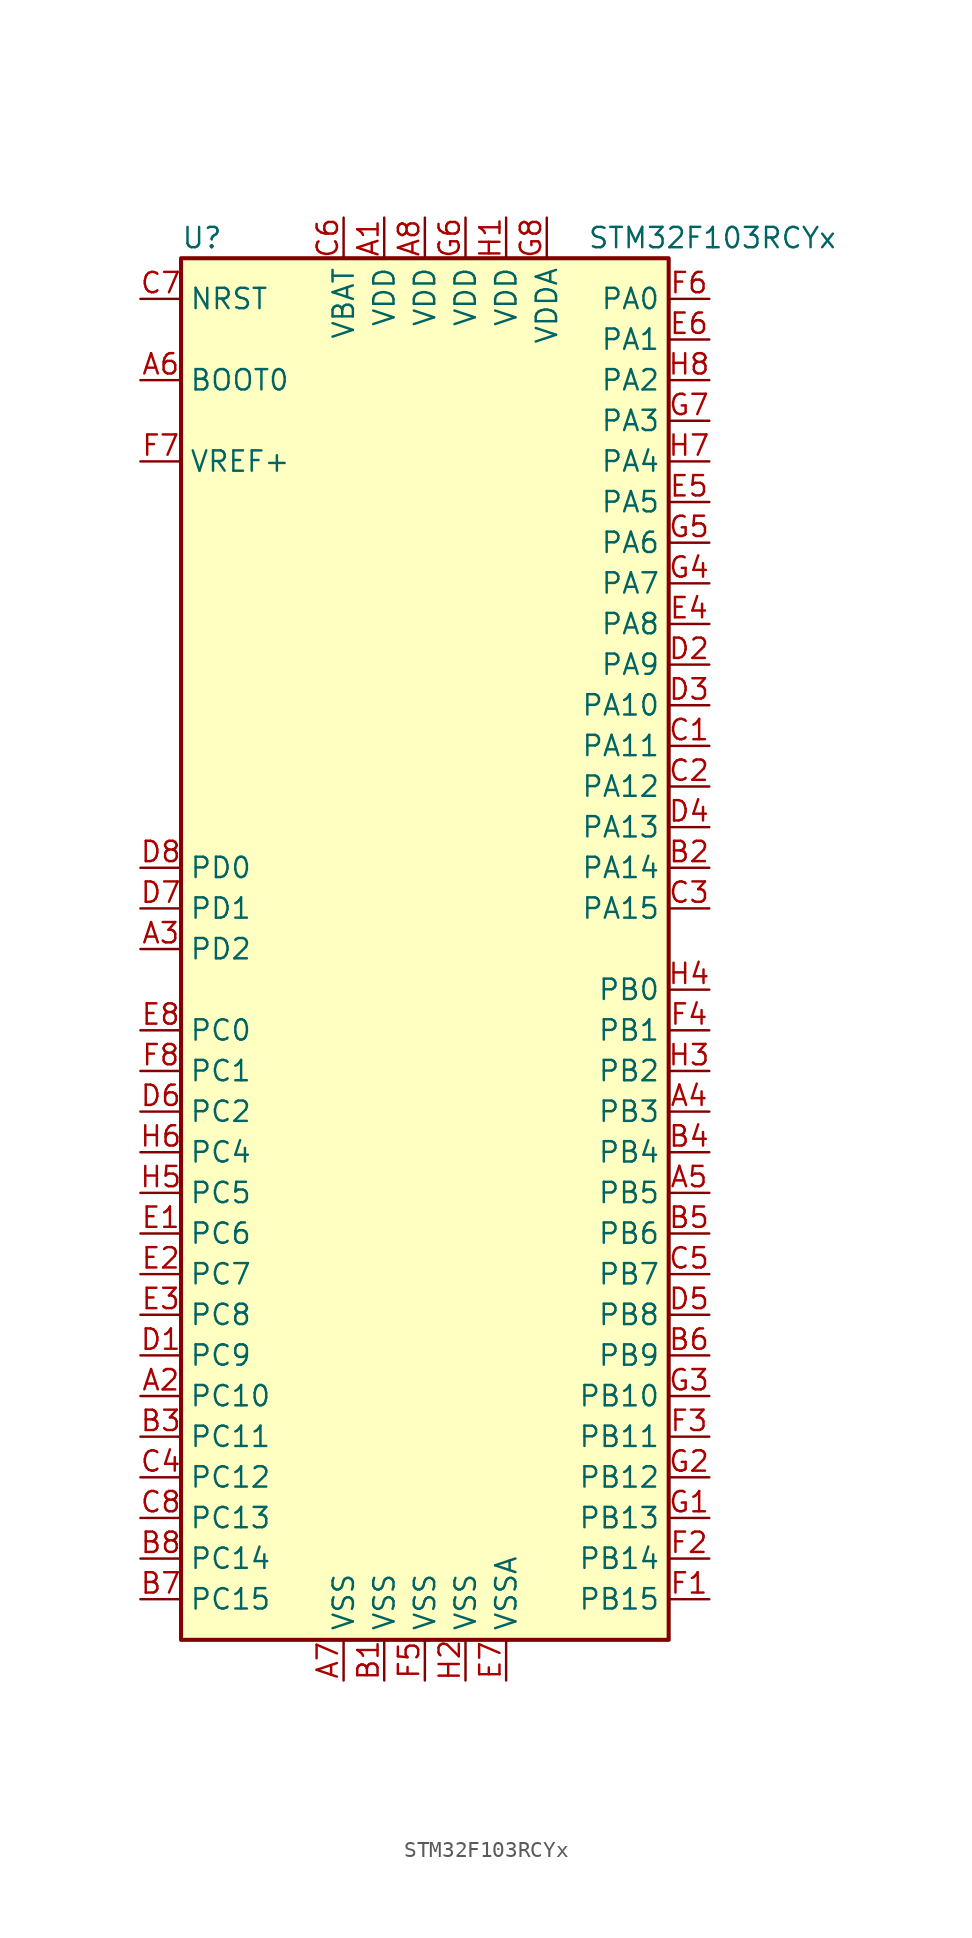
<source format=kicad_sym>
(kicad_symbol_lib
  (version 20201005)
  (generator kicad_symbol_editor)
  (symbol "MCU_ST_STM32F1:STM32F103RCYx"
    (property "Reference" "U"
      (at -15.24 44.45 0)
      (effects (font (size 1.27 1.27)) (justify left)))
    (property "Value" "STM32F103RCYx"
      (at 10.16 44.45 0)
      (effects (font (size 1.27 1.27)) (justify left)))
    (symbol "STM32F103RCYx_0_1"
      (rectangle (start -15.24 -43.18) (end 15.24 43.18) (stroke (width 0.254)) (fill (type background))))
    (symbol "STM32F103RCYx_1_1"
      (pin input line (at -17.78 35.56 0) (length 2.54) (name "BOOT0" (effects (font (size 1.27 1.27)))) (number "A6" (effects (font (size 1.27 1.27)))))
      (pin input line (at -17.78 40.64 0) (length 2.54) (name "NRST" (effects (font (size 1.27 1.27)))) (number "C7" (effects (font (size 1.27 1.27)))))
      (pin bidirectional line (at 17.78 40.64 180) (length 2.54) (name "PA0" (effects (font (size 1.27 1.27)))) (number "F6" (effects (font (size 1.27 1.27)))))
      (pin bidirectional line (at 17.78 38.1 180) (length 2.54) (name "PA1" (effects (font (size 1.27 1.27)))) (number "E6" (effects (font (size 1.27 1.27)))))
      (pin bidirectional line (at 17.78 15.24 180) (length 2.54) (name "PA10" (effects (font (size 1.27 1.27)))) (number "D3" (effects (font (size 1.27 1.27)))))
      (pin bidirectional line (at 17.78 12.7 180) (length 2.54) (name "PA11" (effects (font (size 1.27 1.27)))) (number "C1" (effects (font (size 1.27 1.27)))))
      (pin bidirectional line (at 17.78 10.16 180) (length 2.54) (name "PA12" (effects (font (size 1.27 1.27)))) (number "C2" (effects (font (size 1.27 1.27)))))
      (pin bidirectional line (at 17.78 7.62 180) (length 2.54) (name "PA13" (effects (font (size 1.27 1.27)))) (number "D4" (effects (font (size 1.27 1.27)))))
      (pin bidirectional line (at 17.78 5.08 180) (length 2.54) (name "PA14" (effects (font (size 1.27 1.27)))) (number "B2" (effects (font (size 1.27 1.27)))))
      (pin bidirectional line (at 17.78 2.54 180) (length 2.54) (name "PA15" (effects (font (size 1.27 1.27)))) (number "C3" (effects (font (size 1.27 1.27)))))
      (pin bidirectional line (at 17.78 35.56 180) (length 2.54) (name "PA2" (effects (font (size 1.27 1.27)))) (number "H8" (effects (font (size 1.27 1.27)))))
      (pin bidirectional line (at 17.78 33.02 180) (length 2.54) (name "PA3" (effects (font (size 1.27 1.27)))) (number "G7" (effects (font (size 1.27 1.27)))))
      (pin bidirectional line (at 17.78 30.48 180) (length 2.54) (name "PA4" (effects (font (size 1.27 1.27)))) (number "H7" (effects (font (size 1.27 1.27)))))
      (pin bidirectional line (at 17.78 27.94 180) (length 2.54) (name "PA5" (effects (font (size 1.27 1.27)))) (number "E5" (effects (font (size 1.27 1.27)))))
      (pin bidirectional line (at 17.78 25.4 180) (length 2.54) (name "PA6" (effects (font (size 1.27 1.27)))) (number "G5" (effects (font (size 1.27 1.27)))))
      (pin bidirectional line (at 17.78 22.86 180) (length 2.54) (name "PA7" (effects (font (size 1.27 1.27)))) (number "G4" (effects (font (size 1.27 1.27)))))
      (pin bidirectional line (at 17.78 20.32 180) (length 2.54) (name "PA8" (effects (font (size 1.27 1.27)))) (number "E4" (effects (font (size 1.27 1.27)))))
      (pin bidirectional line (at 17.78 17.78 180) (length 2.54) (name "PA9" (effects (font (size 1.27 1.27)))) (number "D2" (effects (font (size 1.27 1.27)))))
      (pin bidirectional line (at 17.78 -2.54 180) (length 2.54) (name "PB0" (effects (font (size 1.27 1.27)))) (number "H4" (effects (font (size 1.27 1.27)))))
      (pin bidirectional line (at 17.78 -5.08 180) (length 2.54) (name "PB1" (effects (font (size 1.27 1.27)))) (number "F4" (effects (font (size 1.27 1.27)))))
      (pin bidirectional line (at 17.78 -27.94 180) (length 2.54) (name "PB10" (effects (font (size 1.27 1.27)))) (number "G3" (effects (font (size 1.27 1.27)))))
      (pin bidirectional line (at 17.78 -30.48 180) (length 2.54) (name "PB11" (effects (font (size 1.27 1.27)))) (number "F3" (effects (font (size 1.27 1.27)))))
      (pin bidirectional line (at 17.78 -33.02 180) (length 2.54) (name "PB12" (effects (font (size 1.27 1.27)))) (number "G2" (effects (font (size 1.27 1.27)))))
      (pin bidirectional line (at 17.78 -35.56 180) (length 2.54) (name "PB13" (effects (font (size 1.27 1.27)))) (number "G1" (effects (font (size 1.27 1.27)))))
      (pin bidirectional line (at 17.78 -38.1 180) (length 2.54) (name "PB14" (effects (font (size 1.27 1.27)))) (number "F2" (effects (font (size 1.27 1.27)))))
      (pin bidirectional line (at 17.78 -40.64 180) (length 2.54) (name "PB15" (effects (font (size 1.27 1.27)))) (number "F1" (effects (font (size 1.27 1.27)))))
      (pin bidirectional line (at 17.78 -7.62 180) (length 2.54) (name "PB2" (effects (font (size 1.27 1.27)))) (number "H3" (effects (font (size 1.27 1.27)))))
      (pin bidirectional line (at 17.78 -10.16 180) (length 2.54) (name "PB3" (effects (font (size 1.27 1.27)))) (number "A4" (effects (font (size 1.27 1.27)))))
      (pin bidirectional line (at 17.78 -12.7 180) (length 2.54) (name "PB4" (effects (font (size 1.27 1.27)))) (number "B4" (effects (font (size 1.27 1.27)))))
      (pin bidirectional line (at 17.78 -15.24 180) (length 2.54) (name "PB5" (effects (font (size 1.27 1.27)))) (number "A5" (effects (font (size 1.27 1.27)))))
      (pin bidirectional line (at 17.78 -17.78 180) (length 2.54) (name "PB6" (effects (font (size 1.27 1.27)))) (number "B5" (effects (font (size 1.27 1.27)))))
      (pin bidirectional line (at 17.78 -20.32 180) (length 2.54) (name "PB7" (effects (font (size 1.27 1.27)))) (number "C5" (effects (font (size 1.27 1.27)))))
      (pin bidirectional line (at 17.78 -22.86 180) (length 2.54) (name "PB8" (effects (font (size 1.27 1.27)))) (number "D5" (effects (font (size 1.27 1.27)))))
      (pin bidirectional line (at 17.78 -25.4 180) (length 2.54) (name "PB9" (effects (font (size 1.27 1.27)))) (number "B6" (effects (font (size 1.27 1.27)))))
      (pin bidirectional line (at -17.78 -5.08 0) (length 2.54) (name "PC0" (effects (font (size 1.27 1.27)))) (number "E8" (effects (font (size 1.27 1.27)))))
      (pin bidirectional line (at -17.78 -7.62 0) (length 2.54) (name "PC1" (effects (font (size 1.27 1.27)))) (number "F8" (effects (font (size 1.27 1.27)))))
      (pin bidirectional line (at -17.78 -27.94 0) (length 2.54) (name "PC10" (effects (font (size 1.27 1.27)))) (number "A2" (effects (font (size 1.27 1.27)))))
      (pin bidirectional line (at -17.78 -30.48 0) (length 2.54) (name "PC11" (effects (font (size 1.27 1.27)))) (number "B3" (effects (font (size 1.27 1.27)))))
      (pin bidirectional line (at -17.78 -33.02 0) (length 2.54) (name "PC12" (effects (font (size 1.27 1.27)))) (number "C4" (effects (font (size 1.27 1.27)))))
      (pin bidirectional line (at -17.78 -35.56 0) (length 2.54) (name "PC13" (effects (font (size 1.27 1.27)))) (number "C8" (effects (font (size 1.27 1.27)))))
      (pin bidirectional line (at -17.78 -38.1 0) (length 2.54) (name "PC14" (effects (font (size 1.27 1.27)))) (number "B8" (effects (font (size 1.27 1.27)))))
      (pin bidirectional line (at -17.78 -40.64 0) (length 2.54) (name "PC15" (effects (font (size 1.27 1.27)))) (number "B7" (effects (font (size 1.27 1.27)))))
      (pin bidirectional line (at -17.78 -10.16 0) (length 2.54) (name "PC2" (effects (font (size 1.27 1.27)))) (number "D6" (effects (font (size 1.27 1.27)))))
      (pin bidirectional line (at -17.78 -12.7 0) (length 2.54) (name "PC4" (effects (font (size 1.27 1.27)))) (number "H6" (effects (font (size 1.27 1.27)))))
      (pin bidirectional line (at -17.78 -15.24 0) (length 2.54) (name "PC5" (effects (font (size 1.27 1.27)))) (number "H5" (effects (font (size 1.27 1.27)))))
      (pin bidirectional line (at -17.78 -17.78 0) (length 2.54) (name "PC6" (effects (font (size 1.27 1.27)))) (number "E1" (effects (font (size 1.27 1.27)))))
      (pin bidirectional line (at -17.78 -20.32 0) (length 2.54) (name "PC7" (effects (font (size 1.27 1.27)))) (number "E2" (effects (font (size 1.27 1.27)))))
      (pin bidirectional line (at -17.78 -22.86 0) (length 2.54) (name "PC8" (effects (font (size 1.27 1.27)))) (number "E3" (effects (font (size 1.27 1.27)))))
      (pin bidirectional line (at -17.78 -25.4 0) (length 2.54) (name "PC9" (effects (font (size 1.27 1.27)))) (number "D1" (effects (font (size 1.27 1.27)))))
      (pin input line (at -17.78 5.08 0) (length 2.54) (name "PD0" (effects (font (size 1.27 1.27)))) (number "D8" (effects (font (size 1.27 1.27)))))
      (pin input line (at -17.78 2.54 0) (length 2.54) (name "PD1" (effects (font (size 1.27 1.27)))) (number "D7" (effects (font (size 1.27 1.27)))))
      (pin bidirectional line (at -17.78 0 0) (length 2.54) (name "PD2" (effects (font (size 1.27 1.27)))) (number "A3" (effects (font (size 1.27 1.27)))))
      (pin power_in line (at -5.08 45.72 270) (length 2.54) (name "VBAT" (effects (font (size 1.27 1.27)))) (number "C6" (effects (font (size 1.27 1.27)))))
      (pin power_in line (at -2.54 45.72 270) (length 2.54) (name "VDD" (effects (font (size 1.27 1.27)))) (number "A1" (effects (font (size 1.27 1.27)))))
      (pin power_in line (at 0 45.72 270) (length 2.54) (name "VDD" (effects (font (size 1.27 1.27)))) (number "A8" (effects (font (size 1.27 1.27)))))
      (pin power_in line (at 2.54 45.72 270) (length 2.54) (name "VDD" (effects (font (size 1.27 1.27)))) (number "G6" (effects (font (size 1.27 1.27)))))
      (pin power_in line (at 5.08 45.72 270) (length 2.54) (name "VDD" (effects (font (size 1.27 1.27)))) (number "H1" (effects (font (size 1.27 1.27)))))
      (pin power_in line (at 7.62 45.72 270) (length 2.54) (name "VDDA" (effects (font (size 1.27 1.27)))) (number "G8" (effects (font (size 1.27 1.27)))))
      (pin power_in line (at -17.78 30.48 0) (length 2.54) (name "VREF+" (effects (font (size 1.27 1.27)))) (number "F7" (effects (font (size 1.27 1.27)))))
      (pin power_in line (at -5.08 -45.72 90) (length 2.54) (name "VSS" (effects (font (size 1.27 1.27)))) (number "A7" (effects (font (size 1.27 1.27)))))
      (pin power_in line (at -2.54 -45.72 90) (length 2.54) (name "VSS" (effects (font (size 1.27 1.27)))) (number "B1" (effects (font (size 1.27 1.27)))))
      (pin power_in line (at 0 -45.72 90) (length 2.54) (name "VSS" (effects (font (size 1.27 1.27)))) (number "F5" (effects (font (size 1.27 1.27)))))
      (pin power_in line (at 2.54 -45.72 90) (length 2.54) (name "VSS" (effects (font (size 1.27 1.27)))) (number "H2" (effects (font (size 1.27 1.27)))))
      (pin power_in line (at 5.08 -45.72 90) (length 2.54) (name "VSSA" (effects (font (size 1.27 1.27)))) (number "E7" (effects (font (size 1.27 1.27))))))))
</source>
